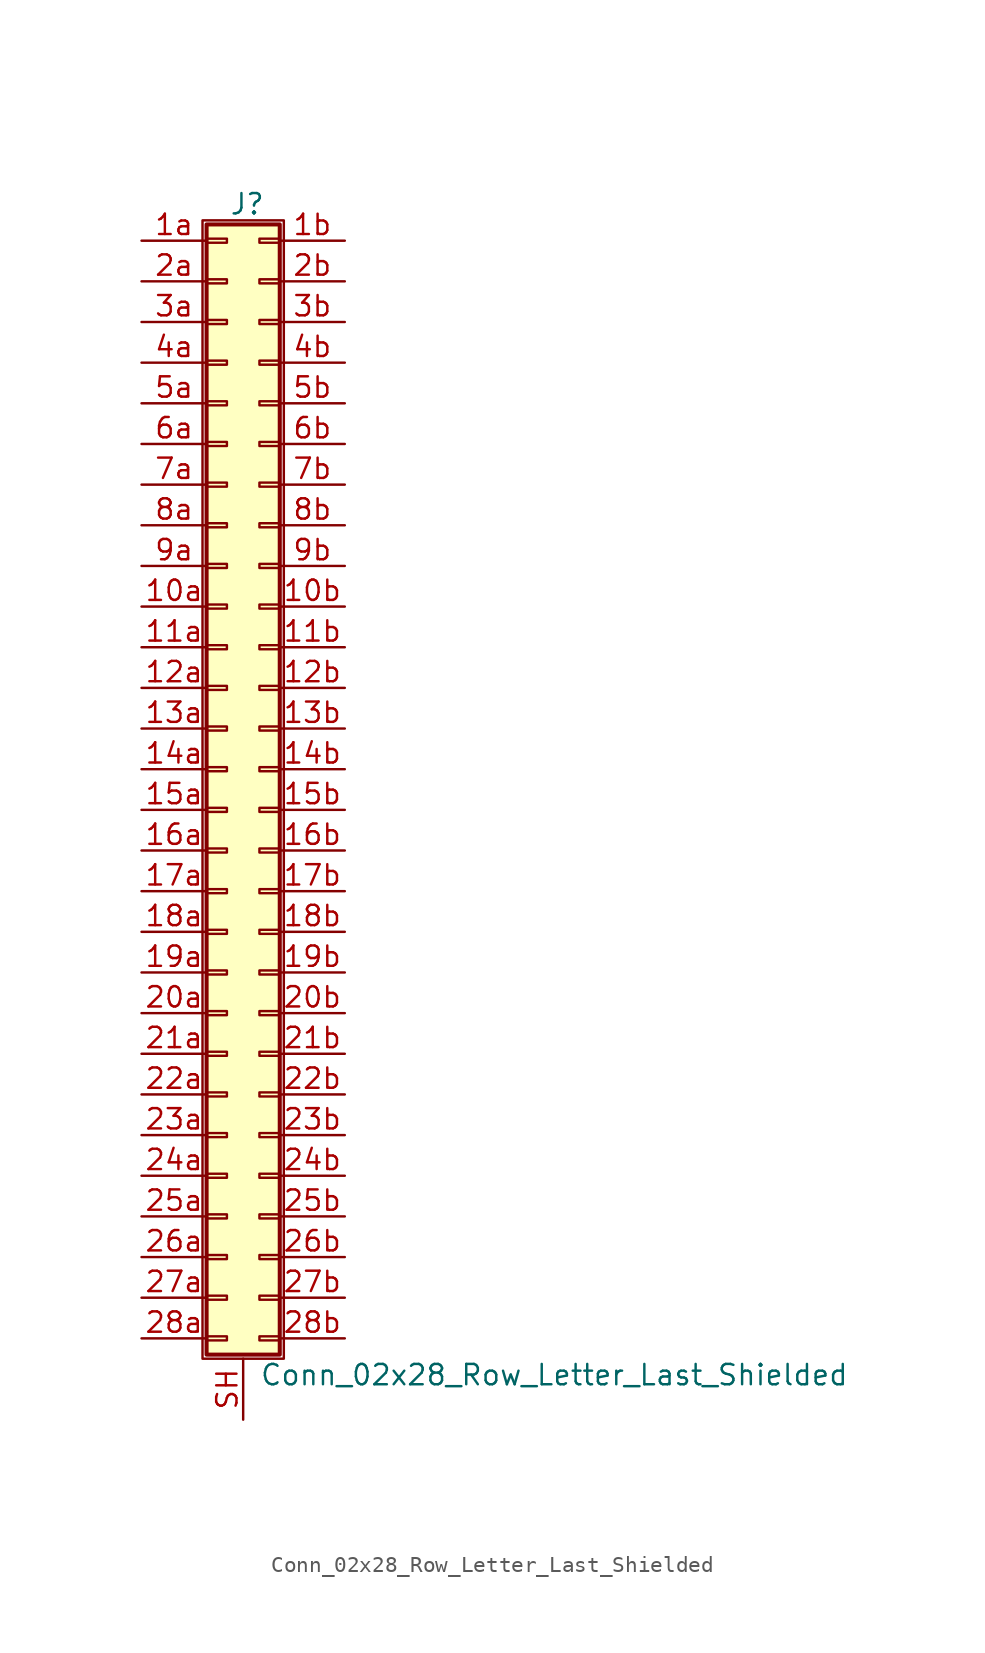
<source format=kicad_sym>
(kicad_symbol_lib
  (version 20201005)
  (generator kicad_symbol_editor)
  (symbol "Connector_Generic_Shielded:Conn_02x28_Row_Letter_Last_Shielded"
    (pin_names
      (offset 1.016) hide)
    (property "Reference" "J"
      (at 1.524 35.306 0)
      (effects (font (size 1.27 1.27))))
    (property "Value" "Conn_02x28_Row_Letter_Last_Shielded"
      (at 2.286 -37.846 0)
      (effects (font (size 1.27 1.27)) (justify left)))
    (symbol "Conn_02x28_Row_Letter_Last_Shielded_1_1"
      (rectangle (start -1.016 -27.813) (end 0.254 -28.067) (stroke (width 0.152)) (fill (type none)))
      (rectangle (start -1.016 -30.353) (end 0.254 -30.607) (stroke (width 0.152)) (fill (type none)))
      (rectangle (start -1.016 -32.893) (end 0.254 -33.147) (stroke (width 0.152)) (fill (type none)))
      (rectangle (start -1.016 -35.433) (end 0.254 -35.687) (stroke (width 0.152)) (fill (type none)))
      (rectangle (start -1.016 -4.953) (end 0.254 -5.207) (stroke (width 0.152)) (fill (type none)))
      (rectangle (start -1.016 -7.493) (end 0.254 -7.747) (stroke (width 0.152)) (fill (type none)))
      (rectangle (start -1.016 -10.033) (end 0.254 -10.287) (stroke (width 0.152)) (fill (type none)))
      (rectangle (start -1.016 -12.573) (end 0.254 -12.827) (stroke (width 0.152)) (fill (type none)))
      (rectangle (start -1.016 -15.113) (end 0.254 -15.367) (stroke (width 0.152)) (fill (type none)))
      (rectangle (start -1.016 -17.653) (end 0.254 -17.907) (stroke (width 0.152)) (fill (type none)))
      (rectangle (start -1.016 -20.193) (end 0.254 -20.447) (stroke (width 0.152)) (fill (type none)))
      (rectangle (start -1.016 -22.733) (end 0.254 -22.987) (stroke (width 0.152)) (fill (type none)))
      (rectangle (start -1.016 -2.413) (end 0.254 -2.667) (stroke (width 0.152)) (fill (type none)))
      (rectangle (start -1.016 -25.273) (end 0.254 -25.527) (stroke (width 0.152)) (fill (type none)))
      (rectangle (start -1.016 25.527) (end 0.254 25.273) (stroke (width 0.152)) (fill (type none)))
      (rectangle (start -1.016 2.667) (end 0.254 2.413) (stroke (width 0.152)) (fill (type none)))
      (rectangle (start -1.016 28.067) (end 0.254 27.813) (stroke (width 0.152)) (fill (type none)))
      (rectangle (start -1.016 30.607) (end 0.254 30.353) (stroke (width 0.152)) (fill (type none)))
      (rectangle (start -1.016 33.147) (end 0.254 32.893) (stroke (width 0.152)) (fill (type none)))
      (rectangle (start -1.016 34.036) (end 3.556 -36.576) (stroke (width 0.254)) (fill (type background)))
      (rectangle (start -1.016 5.207) (end 0.254 4.953) (stroke (width 0.152)) (fill (type none)))
      (rectangle (start -1.016 7.747) (end 0.254 7.493) (stroke (width 0.152)) (fill (type none)))
      (rectangle (start -1.016 10.287) (end 0.254 10.033) (stroke (width 0.152)) (fill (type none)))
      (rectangle (start -1.016 0.127) (end 0.254 -0.127) (stroke (width 0.152)) (fill (type none)))
      (rectangle (start -1.016 12.827) (end 0.254 12.573) (stroke (width 0.152)) (fill (type none)))
      (rectangle (start -1.016 15.367) (end 0.254 15.113) (stroke (width 0.152)) (fill (type none)))
      (rectangle (start -1.016 17.907) (end 0.254 17.653) (stroke (width 0.152)) (fill (type none)))
      (rectangle (start -1.016 20.447) (end 0.254 20.193) (stroke (width 0.152)) (fill (type none)))
      (rectangle (start -1.016 22.987) (end 0.254 22.733) (stroke (width 0.152)) (fill (type none)))
      (rectangle (start -1.27 34.29) (end 3.81 -36.83) (stroke (width 0.152)) (fill (type none)))
      (rectangle (start 3.556 -27.813) (end 2.286 -28.067) (stroke (width 0.152)) (fill (type none)))
      (rectangle (start 3.556 -30.353) (end 2.286 -30.607) (stroke (width 0.152)) (fill (type none)))
      (rectangle (start 3.556 -32.893) (end 2.286 -33.147) (stroke (width 0.152)) (fill (type none)))
      (rectangle (start 3.556 -35.433) (end 2.286 -35.687) (stroke (width 0.152)) (fill (type none)))
      (rectangle (start 3.556 -4.953) (end 2.286 -5.207) (stroke (width 0.152)) (fill (type none)))
      (rectangle (start 3.556 -7.493) (end 2.286 -7.747) (stroke (width 0.152)) (fill (type none)))
      (rectangle (start 3.556 -10.033) (end 2.286 -10.287) (stroke (width 0.152)) (fill (type none)))
      (rectangle (start 3.556 -12.573) (end 2.286 -12.827) (stroke (width 0.152)) (fill (type none)))
      (rectangle (start 3.556 -15.113) (end 2.286 -15.367) (stroke (width 0.152)) (fill (type none)))
      (rectangle (start 3.556 -17.653) (end 2.286 -17.907) (stroke (width 0.152)) (fill (type none)))
      (rectangle (start 3.556 -20.193) (end 2.286 -20.447) (stroke (width 0.152)) (fill (type none)))
      (rectangle (start 3.556 -22.733) (end 2.286 -22.987) (stroke (width 0.152)) (fill (type none)))
      (rectangle (start 3.556 -2.413) (end 2.286 -2.667) (stroke (width 0.152)) (fill (type none)))
      (rectangle (start 3.556 -25.273) (end 2.286 -25.527) (stroke (width 0.152)) (fill (type none)))
      (rectangle (start 3.556 25.527) (end 2.286 25.273) (stroke (width 0.152)) (fill (type none)))
      (rectangle (start 3.556 2.667) (end 2.286 2.413) (stroke (width 0.152)) (fill (type none)))
      (rectangle (start 3.556 28.067) (end 2.286 27.813) (stroke (width 0.152)) (fill (type none)))
      (rectangle (start 3.556 30.607) (end 2.286 30.353) (stroke (width 0.152)) (fill (type none)))
      (rectangle (start 3.556 33.147) (end 2.286 32.893) (stroke (width 0.152)) (fill (type none)))
      (rectangle (start 3.556 5.207) (end 2.286 4.953) (stroke (width 0.152)) (fill (type none)))
      (rectangle (start 3.556 7.747) (end 2.286 7.493) (stroke (width 0.152)) (fill (type none)))
      (rectangle (start 3.556 10.287) (end 2.286 10.033) (stroke (width 0.152)) (fill (type none)))
      (rectangle (start 3.556 0.127) (end 2.286 -0.127) (stroke (width 0.152)) (fill (type none)))
      (rectangle (start 3.556 12.827) (end 2.286 12.573) (stroke (width 0.152)) (fill (type none)))
      (rectangle (start 3.556 15.367) (end 2.286 15.113) (stroke (width 0.152)) (fill (type none)))
      (rectangle (start 3.556 17.907) (end 2.286 17.653) (stroke (width 0.152)) (fill (type none)))
      (rectangle (start 3.556 20.447) (end 2.286 20.193) (stroke (width 0.152)) (fill (type none)))
      (rectangle (start 3.556 22.987) (end 2.286 22.733) (stroke (width 0.152)) (fill (type none)))
      (pin passive line (at -5.08 10.16 0) (length 4.064) (name "Pin_10a" (effects (font (size 1.27 1.27)))) (number "10a" (effects (font (size 1.27 1.27)))))
      (pin passive line (at 7.62 10.16 180) (length 4.064) (name "Pin_10b" (effects (font (size 1.27 1.27)))) (number "10b" (effects (font (size 1.27 1.27)))))
      (pin passive line (at -5.08 7.62 0) (length 4.064) (name "Pin_11a" (effects (font (size 1.27 1.27)))) (number "11a" (effects (font (size 1.27 1.27)))))
      (pin passive line (at 7.62 7.62 180) (length 4.064) (name "Pin_11b" (effects (font (size 1.27 1.27)))) (number "11b" (effects (font (size 1.27 1.27)))))
      (pin passive line (at -5.08 5.08 0) (length 4.064) (name "Pin_12a" (effects (font (size 1.27 1.27)))) (number "12a" (effects (font (size 1.27 1.27)))))
      (pin passive line (at 7.62 5.08 180) (length 4.064) (name "Pin_12b" (effects (font (size 1.27 1.27)))) (number "12b" (effects (font (size 1.27 1.27)))))
      (pin passive line (at -5.08 2.54 0) (length 4.064) (name "Pin_13a" (effects (font (size 1.27 1.27)))) (number "13a" (effects (font (size 1.27 1.27)))))
      (pin passive line (at 7.62 2.54 180) (length 4.064) (name "Pin_13b" (effects (font (size 1.27 1.27)))) (number "13b" (effects (font (size 1.27 1.27)))))
      (pin passive line (at -5.08 0 0) (length 4.064) (name "Pin_14a" (effects (font (size 1.27 1.27)))) (number "14a" (effects (font (size 1.27 1.27)))))
      (pin passive line (at 7.62 0 180) (length 4.064) (name "Pin_14b" (effects (font (size 1.27 1.27)))) (number "14b" (effects (font (size 1.27 1.27)))))
      (pin passive line (at -5.08 -2.54 0) (length 4.064) (name "Pin_15a" (effects (font (size 1.27 1.27)))) (number "15a" (effects (font (size 1.27 1.27)))))
      (pin passive line (at 7.62 -2.54 180) (length 4.064) (name "Pin_15b" (effects (font (size 1.27 1.27)))) (number "15b" (effects (font (size 1.27 1.27)))))
      (pin passive line (at -5.08 -5.08 0) (length 4.064) (name "Pin_16a" (effects (font (size 1.27 1.27)))) (number "16a" (effects (font (size 1.27 1.27)))))
      (pin passive line (at 7.62 -5.08 180) (length 4.064) (name "Pin_16b" (effects (font (size 1.27 1.27)))) (number "16b" (effects (font (size 1.27 1.27)))))
      (pin passive line (at -5.08 -7.62 0) (length 4.064) (name "Pin_17a" (effects (font (size 1.27 1.27)))) (number "17a" (effects (font (size 1.27 1.27)))))
      (pin passive line (at 7.62 -7.62 180) (length 4.064) (name "Pin_17b" (effects (font (size 1.27 1.27)))) (number "17b" (effects (font (size 1.27 1.27)))))
      (pin passive line (at -5.08 -10.16 0) (length 4.064) (name "Pin_18a" (effects (font (size 1.27 1.27)))) (number "18a" (effects (font (size 1.27 1.27)))))
      (pin passive line (at 7.62 -10.16 180) (length 4.064) (name "Pin_18b" (effects (font (size 1.27 1.27)))) (number "18b" (effects (font (size 1.27 1.27)))))
      (pin passive line (at -5.08 -12.7 0) (length 4.064) (name "Pin_19a" (effects (font (size 1.27 1.27)))) (number "19a" (effects (font (size 1.27 1.27)))))
      (pin passive line (at 7.62 -12.7 180) (length 4.064) (name "Pin_19b" (effects (font (size 1.27 1.27)))) (number "19b" (effects (font (size 1.27 1.27)))))
      (pin passive line (at -5.08 33.02 0) (length 4.064) (name "Pin_1a" (effects (font (size 1.27 1.27)))) (number "1a" (effects (font (size 1.27 1.27)))))
      (pin passive line (at 7.62 33.02 180) (length 4.064) (name "Pin_1b" (effects (font (size 1.27 1.27)))) (number "1b" (effects (font (size 1.27 1.27)))))
      (pin passive line (at -5.08 -15.24 0) (length 4.064) (name "Pin_20a" (effects (font (size 1.27 1.27)))) (number "20a" (effects (font (size 1.27 1.27)))))
      (pin passive line (at 7.62 -15.24 180) (length 4.064) (name "Pin_20b" (effects (font (size 1.27 1.27)))) (number "20b" (effects (font (size 1.27 1.27)))))
      (pin passive line (at -5.08 -17.78 0) (length 4.064) (name "Pin_21a" (effects (font (size 1.27 1.27)))) (number "21a" (effects (font (size 1.27 1.27)))))
      (pin passive line (at 7.62 -17.78 180) (length 4.064) (name "Pin_21b" (effects (font (size 1.27 1.27)))) (number "21b" (effects (font (size 1.27 1.27)))))
      (pin passive line (at -5.08 -20.32 0) (length 4.064) (name "Pin_22a" (effects (font (size 1.27 1.27)))) (number "22a" (effects (font (size 1.27 1.27)))))
      (pin passive line (at 7.62 -20.32 180) (length 4.064) (name "Pin_22b" (effects (font (size 1.27 1.27)))) (number "22b" (effects (font (size 1.27 1.27)))))
      (pin passive line (at -5.08 -22.86 0) (length 4.064) (name "Pin_23a" (effects (font (size 1.27 1.27)))) (number "23a" (effects (font (size 1.27 1.27)))))
      (pin passive line (at 7.62 -22.86 180) (length 4.064) (name "Pin_23b" (effects (font (size 1.27 1.27)))) (number "23b" (effects (font (size 1.27 1.27)))))
      (pin passive line (at -5.08 -25.4 0) (length 4.064) (name "Pin_24a" (effects (font (size 1.27 1.27)))) (number "24a" (effects (font (size 1.27 1.27)))))
      (pin passive line (at 7.62 -25.4 180) (length 4.064) (name "Pin_24b" (effects (font (size 1.27 1.27)))) (number "24b" (effects (font (size 1.27 1.27)))))
      (pin passive line (at -5.08 -27.94 0) (length 4.064) (name "Pin_25a" (effects (font (size 1.27 1.27)))) (number "25a" (effects (font (size 1.27 1.27)))))
      (pin passive line (at 7.62 -27.94 180) (length 4.064) (name "Pin_25b" (effects (font (size 1.27 1.27)))) (number "25b" (effects (font (size 1.27 1.27)))))
      (pin passive line (at -5.08 -30.48 0) (length 4.064) (name "Pin_26a" (effects (font (size 1.27 1.27)))) (number "26a" (effects (font (size 1.27 1.27)))))
      (pin passive line (at 7.62 -30.48 180) (length 4.064) (name "Pin_26b" (effects (font (size 1.27 1.27)))) (number "26b" (effects (font (size 1.27 1.27)))))
      (pin passive line (at -5.08 -33.02 0) (length 4.064) (name "Pin_27a" (effects (font (size 1.27 1.27)))) (number "27a" (effects (font (size 1.27 1.27)))))
      (pin passive line (at 7.62 -33.02 180) (length 4.064) (name "Pin_27b" (effects (font (size 1.27 1.27)))) (number "27b" (effects (font (size 1.27 1.27)))))
      (pin passive line (at -5.08 -35.56 0) (length 4.064) (name "Pin_28a" (effects (font (size 1.27 1.27)))) (number "28a" (effects (font (size 1.27 1.27)))))
      (pin passive line (at 7.62 -35.56 180) (length 4.064) (name "Pin_28b" (effects (font (size 1.27 1.27)))) (number "28b" (effects (font (size 1.27 1.27)))))
      (pin passive line (at -5.08 30.48 0) (length 4.064) (name "Pin_2a" (effects (font (size 1.27 1.27)))) (number "2a" (effects (font (size 1.27 1.27)))))
      (pin passive line (at 7.62 30.48 180) (length 4.064) (name "Pin_2b" (effects (font (size 1.27 1.27)))) (number "2b" (effects (font (size 1.27 1.27)))))
      (pin passive line (at -5.08 27.94 0) (length 4.064) (name "Pin_3a" (effects (font (size 1.27 1.27)))) (number "3a" (effects (font (size 1.27 1.27)))))
      (pin passive line (at 7.62 27.94 180) (length 4.064) (name "Pin_3b" (effects (font (size 1.27 1.27)))) (number "3b" (effects (font (size 1.27 1.27)))))
      (pin passive line (at -5.08 25.4 0) (length 4.064) (name "Pin_4a" (effects (font (size 1.27 1.27)))) (number "4a" (effects (font (size 1.27 1.27)))))
      (pin passive line (at 7.62 25.4 180) (length 4.064) (name "Pin_4b" (effects (font (size 1.27 1.27)))) (number "4b" (effects (font (size 1.27 1.27)))))
      (pin passive line (at -5.08 22.86 0) (length 4.064) (name "Pin_5a" (effects (font (size 1.27 1.27)))) (number "5a" (effects (font (size 1.27 1.27)))))
      (pin passive line (at 7.62 22.86 180) (length 4.064) (name "Pin_5b" (effects (font (size 1.27 1.27)))) (number "5b" (effects (font (size 1.27 1.27)))))
      (pin passive line (at -5.08 20.32 0) (length 4.064) (name "Pin_6a" (effects (font (size 1.27 1.27)))) (number "6a" (effects (font (size 1.27 1.27)))))
      (pin passive line (at 7.62 20.32 180) (length 4.064) (name "Pin_6b" (effects (font (size 1.27 1.27)))) (number "6b" (effects (font (size 1.27 1.27)))))
      (pin passive line (at -5.08 17.78 0) (length 4.064) (name "Pin_7a" (effects (font (size 1.27 1.27)))) (number "7a" (effects (font (size 1.27 1.27)))))
      (pin passive line (at 7.62 17.78 180) (length 4.064) (name "Pin_7b" (effects (font (size 1.27 1.27)))) (number "7b" (effects (font (size 1.27 1.27)))))
      (pin passive line (at -5.08 15.24 0) (length 4.064) (name "Pin_8a" (effects (font (size 1.27 1.27)))) (number "8a" (effects (font (size 1.27 1.27)))))
      (pin passive line (at 7.62 15.24 180) (length 4.064) (name "Pin_8b" (effects (font (size 1.27 1.27)))) (number "8b" (effects (font (size 1.27 1.27)))))
      (pin passive line (at -5.08 12.7 0) (length 4.064) (name "Pin_9a" (effects (font (size 1.27 1.27)))) (number "9a" (effects (font (size 1.27 1.27)))))
      (pin passive line (at 7.62 12.7 180) (length 4.064) (name "Pin_9b" (effects (font (size 1.27 1.27)))) (number "9b" (effects (font (size 1.27 1.27)))))
      (pin passive line (at 1.27 -40.64 90) (length 3.81) (name "Shield" (effects (font (size 1.27 1.27)))) (number "SH" (effects (font (size 1.27 1.27))))))))
</source>
